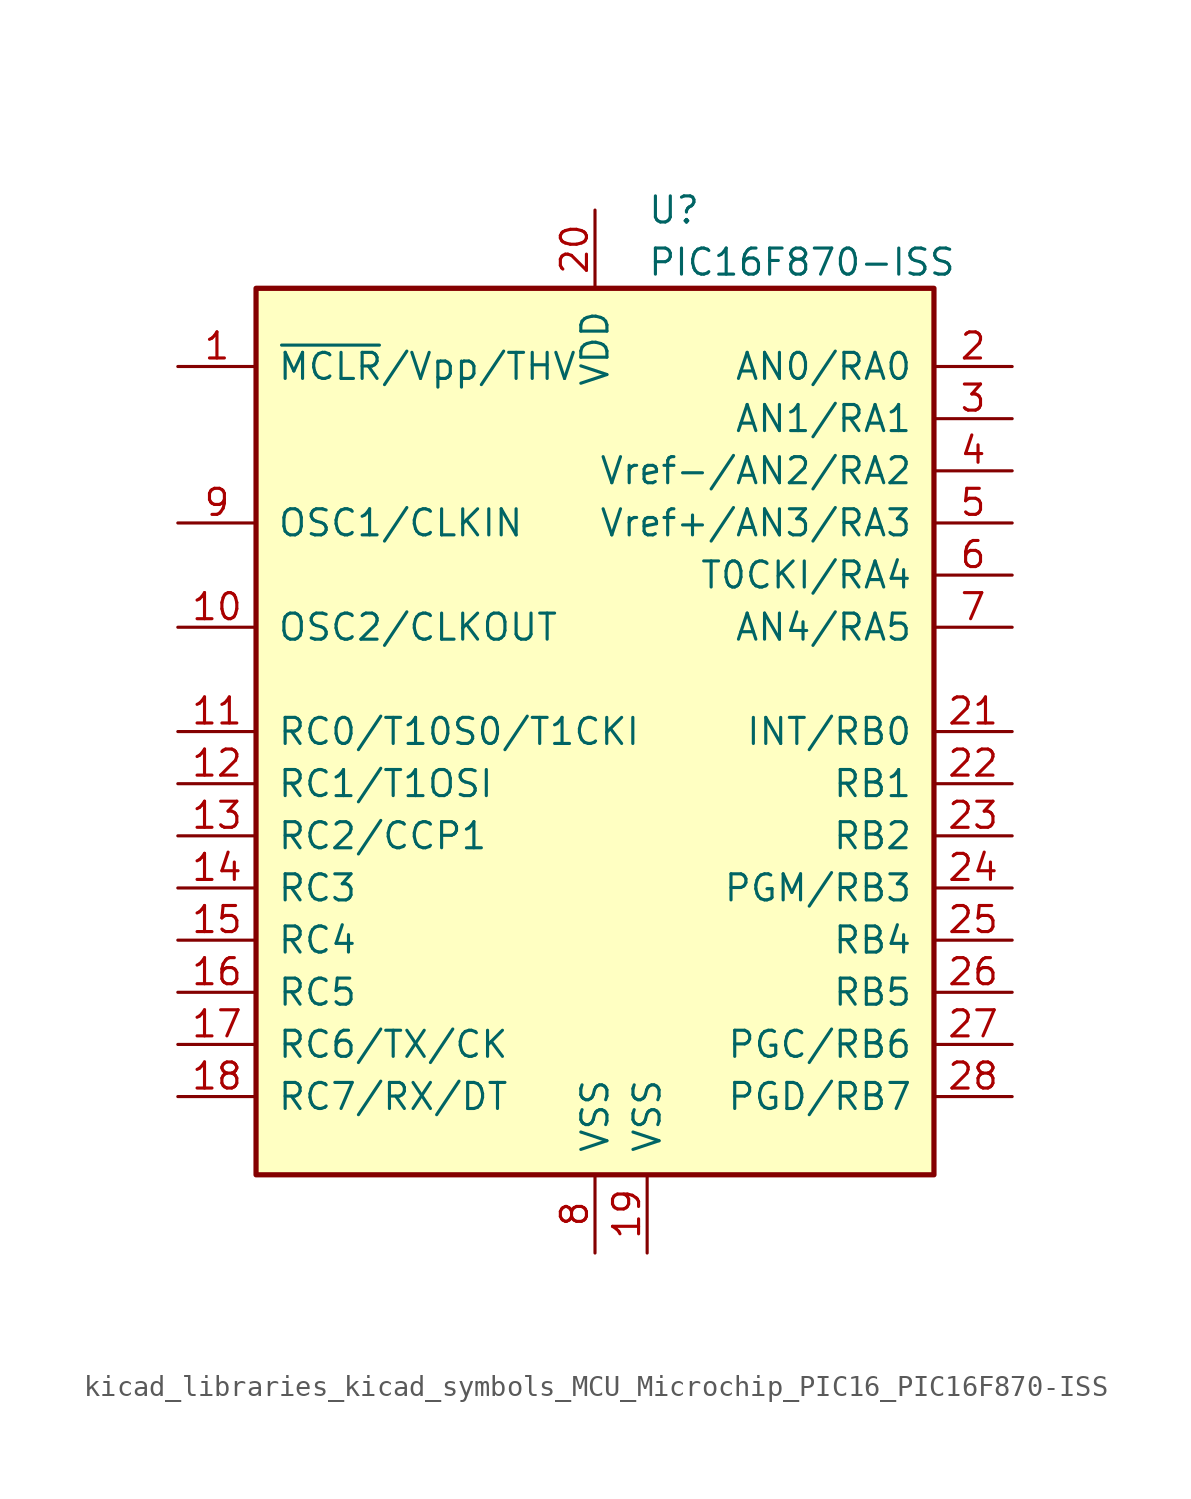
<source format=kicad_sym>
(kicad_symbol_lib
  (version 20220914)
  (generator kicad_symbol_editor)
  (symbol "kicad_libraries_kicad_symbols_MCU_Microchip_PIC16_PIC16F870-ISS"
    (pin_names
      (offset 1.016))
    (property "Reference" "U"
      (at 2.54 25.4 0)
      (effects (font (size 1.27 1.27)) (justify left)))
    (property "Value" "PIC16F870-ISS"
      (at 2.54 22.86 0)
      (effects (font (size 1.27 1.27)) (justify left)))
    (symbol "kicad_libraries_kicad_symbols_MCU_Microchip_PIC16_PIC16F870-ISS_0_1"
      (rectangle (start -16.51 -21.59) (end 16.51 21.59) (stroke (width 0.254) (type default)) (fill (type background))))
    (symbol "kicad_libraries_kicad_symbols_MCU_Microchip_PIC16_PIC16F870-ISS_1_1"
      (pin input line (at -20.32 17.78 0) (length 3.81) (name "~{MCLR}/Vpp/THV" (effects (font (size 1.27 1.27)))) (number "1" (effects (font (size 1.27 1.27)))))
      (pin output line (at -20.32 5.08 0) (length 3.81) (name "OSC2/CLKOUT" (effects (font (size 1.27 1.27)))) (number "10" (effects (font (size 1.27 1.27)))))
      (pin bidirectional line (at -20.32 0 0) (length 3.81) (name "RC0/T10S0/T1CKI" (effects (font (size 1.27 1.27)))) (number "11" (effects (font (size 1.27 1.27)))))
      (pin bidirectional line (at -20.32 -2.54 0) (length 3.81) (name "RC1/T1OSI" (effects (font (size 1.27 1.27)))) (number "12" (effects (font (size 1.27 1.27)))))
      (pin bidirectional line (at -20.32 -5.08 0) (length 3.81) (name "RC2/CCP1" (effects (font (size 1.27 1.27)))) (number "13" (effects (font (size 1.27 1.27)))))
      (pin bidirectional line (at -20.32 -7.62 0) (length 3.81) (name "RC3" (effects (font (size 1.27 1.27)))) (number "14" (effects (font (size 1.27 1.27)))))
      (pin bidirectional line (at -20.32 -10.16 0) (length 3.81) (name "RC4" (effects (font (size 1.27 1.27)))) (number "15" (effects (font (size 1.27 1.27)))))
      (pin bidirectional line (at -20.32 -12.7 0) (length 3.81) (name "RC5" (effects (font (size 1.27 1.27)))) (number "16" (effects (font (size 1.27 1.27)))))
      (pin bidirectional line (at -20.32 -15.24 0) (length 3.81) (name "RC6/TX/CK" (effects (font (size 1.27 1.27)))) (number "17" (effects (font (size 1.27 1.27)))))
      (pin bidirectional line (at -20.32 -17.78 0) (length 3.81) (name "RC7/RX/DT" (effects (font (size 1.27 1.27)))) (number "18" (effects (font (size 1.27 1.27)))))
      (pin power_in line (at 2.54 -25.4 90) (length 3.81) (name "VSS" (effects (font (size 1.27 1.27)))) (number "19" (effects (font (size 1.27 1.27)))))
      (pin bidirectional line (at 20.32 17.78 180) (length 3.81) (name "AN0/RA0" (effects (font (size 1.27 1.27)))) (number "2" (effects (font (size 1.27 1.27)))))
      (pin power_in line (at 0 25.4 270) (length 3.81) (name "VDD" (effects (font (size 1.27 1.27)))) (number "20" (effects (font (size 1.27 1.27)))))
      (pin bidirectional line (at 20.32 0 180) (length 3.81) (name "INT/RB0" (effects (font (size 1.27 1.27)))) (number "21" (effects (font (size 1.27 1.27)))))
      (pin bidirectional line (at 20.32 -2.54 180) (length 3.81) (name "RB1" (effects (font (size 1.27 1.27)))) (number "22" (effects (font (size 1.27 1.27)))))
      (pin bidirectional line (at 20.32 -5.08 180) (length 3.81) (name "RB2" (effects (font (size 1.27 1.27)))) (number "23" (effects (font (size 1.27 1.27)))))
      (pin bidirectional line (at 20.32 -7.62 180) (length 3.81) (name "PGM/RB3" (effects (font (size 1.27 1.27)))) (number "24" (effects (font (size 1.27 1.27)))))
      (pin bidirectional line (at 20.32 -10.16 180) (length 3.81) (name "RB4" (effects (font (size 1.27 1.27)))) (number "25" (effects (font (size 1.27 1.27)))))
      (pin bidirectional line (at 20.32 -12.7 180) (length 3.81) (name "RB5" (effects (font (size 1.27 1.27)))) (number "26" (effects (font (size 1.27 1.27)))))
      (pin bidirectional line (at 20.32 -15.24 180) (length 3.81) (name "PGC/RB6" (effects (font (size 1.27 1.27)))) (number "27" (effects (font (size 1.27 1.27)))))
      (pin bidirectional line (at 20.32 -17.78 180) (length 3.81) (name "PGD/RB7" (effects (font (size 1.27 1.27)))) (number "28" (effects (font (size 1.27 1.27)))))
      (pin bidirectional line (at 20.32 15.24 180) (length 3.81) (name "AN1/RA1" (effects (font (size 1.27 1.27)))) (number "3" (effects (font (size 1.27 1.27)))))
      (pin bidirectional line (at 20.32 12.7 180) (length 3.81) (name "Vref-/AN2/RA2" (effects (font (size 1.27 1.27)))) (number "4" (effects (font (size 1.27 1.27)))))
      (pin bidirectional line (at 20.32 10.16 180) (length 3.81) (name "Vref+/AN3/RA3" (effects (font (size 1.27 1.27)))) (number "5" (effects (font (size 1.27 1.27)))))
      (pin bidirectional line (at 20.32 7.62 180) (length 3.81) (name "T0CKI/RA4" (effects (font (size 1.27 1.27)))) (number "6" (effects (font (size 1.27 1.27)))))
      (pin bidirectional line (at 20.32 5.08 180) (length 3.81) (name "AN4/RA5" (effects (font (size 1.27 1.27)))) (number "7" (effects (font (size 1.27 1.27)))))
      (pin power_in line (at 0 -25.4 90) (length 3.81) (name "VSS" (effects (font (size 1.27 1.27)))) (number "8" (effects (font (size 1.27 1.27)))))
      (pin input line (at -20.32 10.16 0) (length 3.81) (name "OSC1/CLKIN" (effects (font (size 1.27 1.27)))) (number "9" (effects (font (size 1.27 1.27))))))))
</source>
